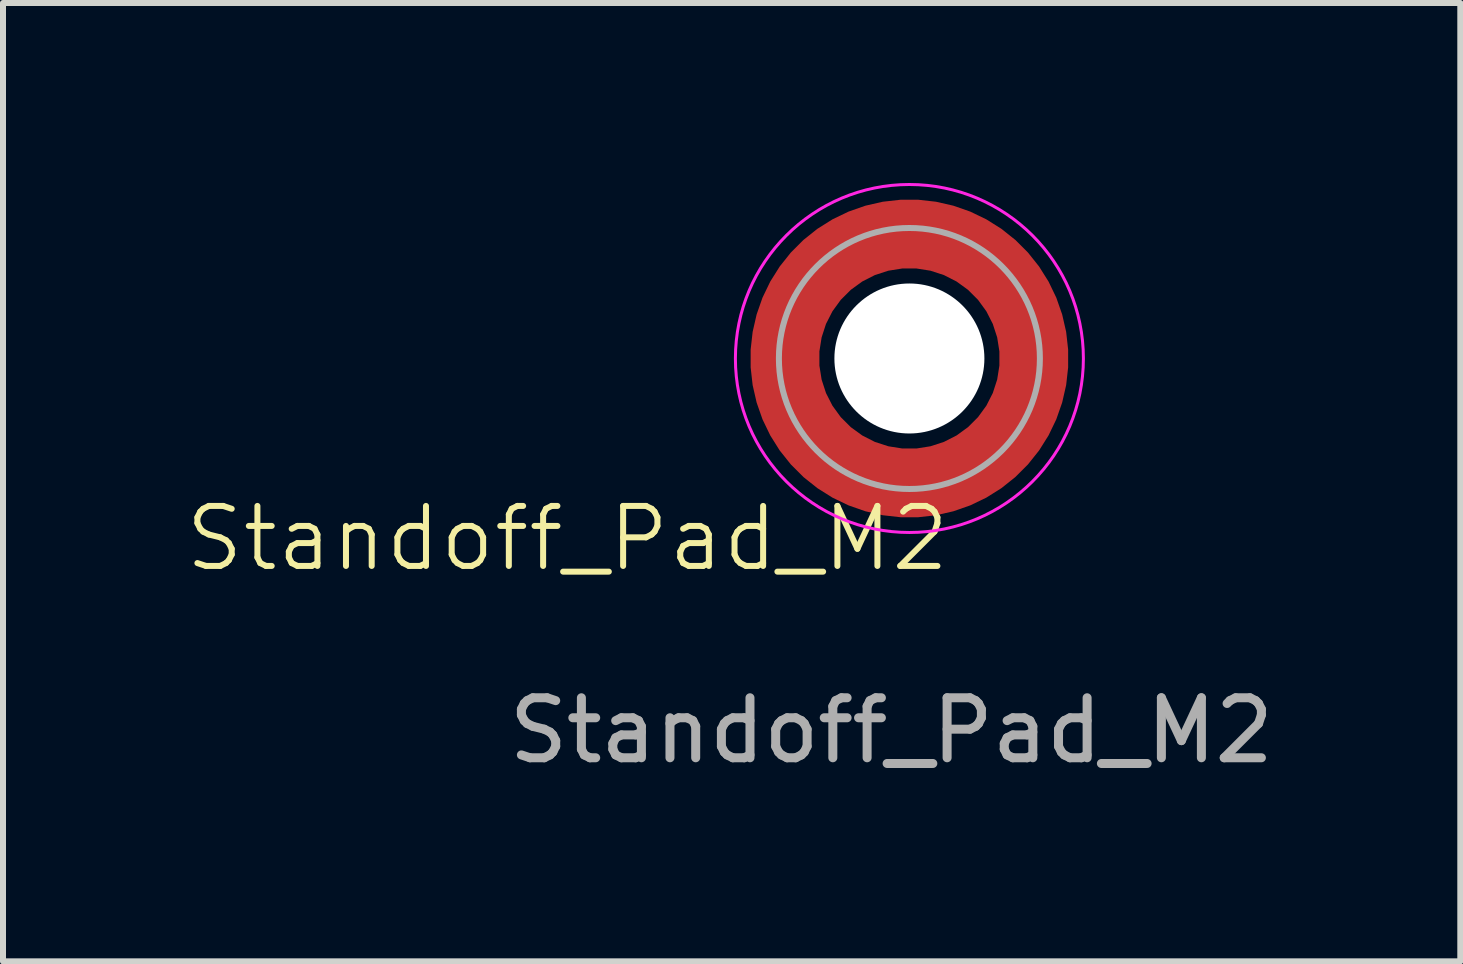
<source format=kicad_pcb>
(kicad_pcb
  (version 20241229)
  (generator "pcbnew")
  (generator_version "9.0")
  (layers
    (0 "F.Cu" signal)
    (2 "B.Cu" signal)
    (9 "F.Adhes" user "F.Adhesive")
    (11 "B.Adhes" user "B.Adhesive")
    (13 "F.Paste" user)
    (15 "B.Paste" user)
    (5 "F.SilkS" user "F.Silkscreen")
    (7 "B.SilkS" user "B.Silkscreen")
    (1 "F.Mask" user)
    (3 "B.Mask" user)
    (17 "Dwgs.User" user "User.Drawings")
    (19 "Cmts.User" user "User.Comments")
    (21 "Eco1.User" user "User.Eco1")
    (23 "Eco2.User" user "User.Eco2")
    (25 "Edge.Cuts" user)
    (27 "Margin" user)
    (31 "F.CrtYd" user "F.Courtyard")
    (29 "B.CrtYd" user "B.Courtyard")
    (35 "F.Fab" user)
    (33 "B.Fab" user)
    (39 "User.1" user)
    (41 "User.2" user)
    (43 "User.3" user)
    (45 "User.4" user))
  (footprint "Standoff_Pad_M2"
    (layer "F.Cu")
    (at 12.107 2.925)
    (property "Reference" "Standoff_Pad_M2" (at -5.7 3 0) (unlocked yes) (layer "F.SilkS") (effects (font (size 1 1) (thickness 0.1))))
    (attr through_hole)
    (fp_circle (center 0 0) (end 2.9 0) (stroke (width 0.05) (type solid)) (fill no) (layer "F.CrtYd"))
    (fp_circle (center 0 0) (end 2.175 0) (stroke (width 0.1) (type solid)) (fill no) (layer "F.Fab"))
    (fp_text user "${REFERENCE}" (at -0.3 6.2 0) (unlocked yes) (layer "F.Fab") (effects (font (size 1 1) (thickness 0.15))))
    (pad "" np_thru_hole circle (at 0 0) (size 2.5 2.5) (drill 2.5) (layers "*.Cu" "*.Mask"))
    (pad "1" smd circle (at -2.075 0) (size 0.75 0.75) (layers "F.Cu"))
    (pad "1" smd circle (at 0 -2.075) (size 0.75 0.75) (layers "F.Cu"))
    (pad "1" smd circle (at 0 2.075) (size 0.75 0.75) (layers "F.Cu"))
    (pad "1" smd custom (at 2.075 0) (size 0.75 0.75) (layers "F.Cu" "F.Mask") (options (anchor circle)) (primitives (gr_circle (center -2.075 0) (end 0 0) (width 1.15) (fill no)))))
  (gr_rect
    (start -3 -3)
    (end 21.289 12.973)
    (stroke (width 0.1) (type default))
    (fill no)
    (layer "Edge.Cuts")))
</source>
